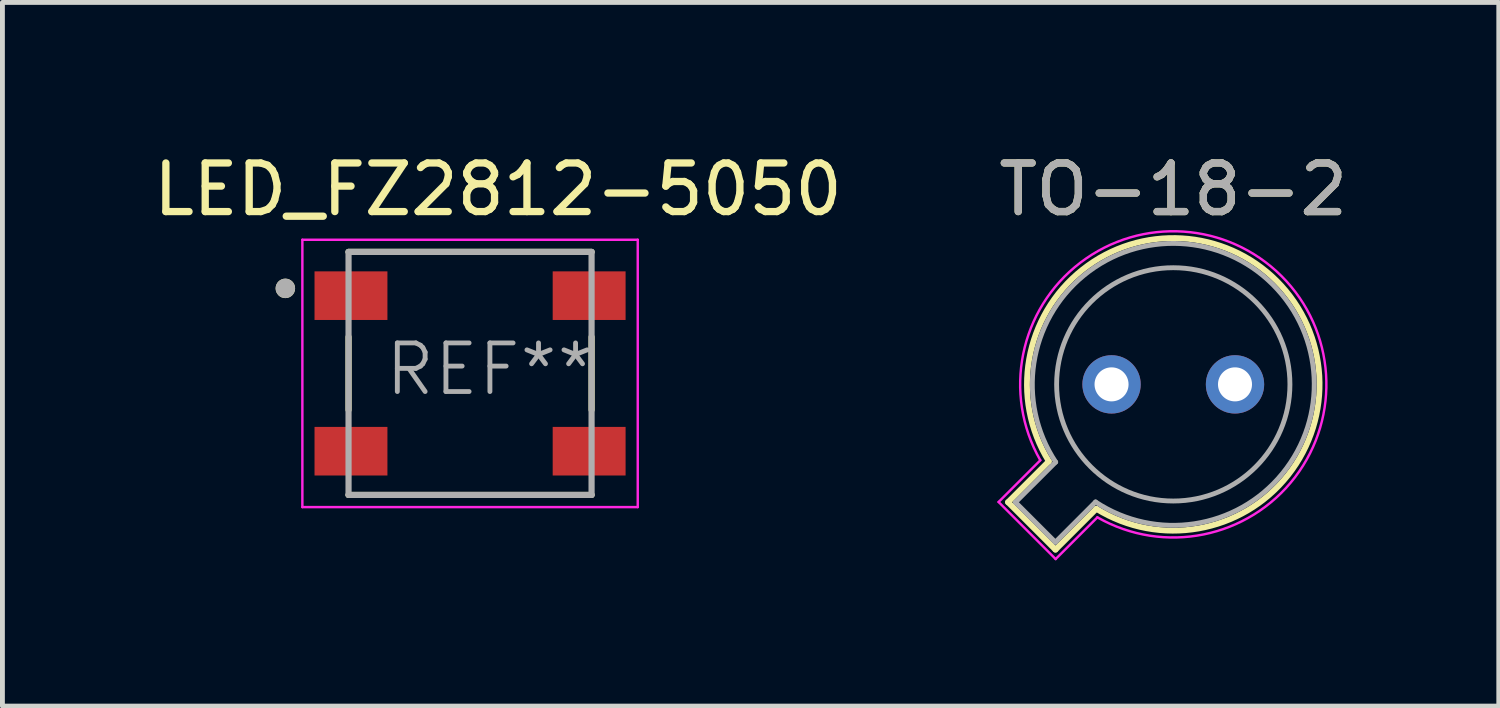
<source format=kicad_pcb>
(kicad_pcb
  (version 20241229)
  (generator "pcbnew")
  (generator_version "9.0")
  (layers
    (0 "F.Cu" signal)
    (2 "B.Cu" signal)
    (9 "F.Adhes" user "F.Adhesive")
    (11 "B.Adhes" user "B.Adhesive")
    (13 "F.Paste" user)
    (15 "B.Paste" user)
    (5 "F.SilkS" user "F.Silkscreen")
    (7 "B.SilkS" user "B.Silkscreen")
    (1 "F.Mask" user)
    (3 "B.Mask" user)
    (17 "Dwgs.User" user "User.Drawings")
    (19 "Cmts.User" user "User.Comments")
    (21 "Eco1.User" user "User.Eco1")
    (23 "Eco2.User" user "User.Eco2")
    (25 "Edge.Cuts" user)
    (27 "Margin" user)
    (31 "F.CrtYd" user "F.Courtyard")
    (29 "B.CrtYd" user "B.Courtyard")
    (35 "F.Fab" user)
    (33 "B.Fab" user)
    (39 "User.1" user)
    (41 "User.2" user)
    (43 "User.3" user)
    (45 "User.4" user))
  (footprint "TO-18-2"
    (layer "F.Cu")
    (at 19.819 4.858)
    (property "Reference" "TO-18-2" (at 1.27 -4.01 0) (layer "F.SilkS") (effects (font (size 1 1) (thickness 0.15))))
    (attr through_hole)
    (fp_line (start -2.13 2.424) (end -1.154 3.4) (stroke (width 0.12) (type solid)) (layer "F.SilkS"))
    (fp_line (start -1.29 1.584) (end -2.13 2.424) (stroke (width 0.12) (type solid)) (layer "F.SilkS"))
    (fp_line (start -1.154 3.4) (end -0.314 2.56) (stroke (width 0.12) (type solid)) (layer "F.SilkS"))
    (fp_arc (start -1.289618 1.583811) (mid 3.398392 -2.128392) (end -0.313811 2.559618) (stroke (width 0.12) (type solid)) (layer "F.SilkS"))
    (fp_line (start -2.324 2.42) (end -1.15 3.594) (stroke (width 0.05) (type solid)) (layer "F.CrtYd"))
    (fp_line (start -1.466 1.562) (end -2.324 2.42) (stroke (width 0.05) (type solid)) (layer "F.CrtYd"))
    (fp_line (start -1.15 3.594) (end -0.292 2.736) (stroke (width 0.05) (type solid)) (layer "F.CrtYd"))
    (fp_arc (start -1.465573 1.561775) (mid 3.497386 -2.227386) (end -0.291775 2.735573) (stroke (width 0.05) (type solid)) (layer "F.CrtYd"))
    (fp_line (start -1.977 2.426) (end -1.156 3.247) (stroke (width 0.1) (type solid)) (layer "F.Fab"))
    (fp_line (start -1.156 3.247) (end -0.329 2.419) (stroke (width 0.1) (type solid)) (layer "F.Fab"))
    (fp_line (start -1.149 1.599) (end -1.977 2.426) (stroke (width 0.1) (type solid)) (layer "F.Fab"))
    (fp_arc (start -1.149301 1.599057) (mid 3.32061 -2.05061) (end -0.329057 2.419301) (stroke (width 0.1) (type solid)) (layer "F.Fab"))
    (fp_circle (center 1.27 0) (end 3.67 0) (stroke (width 0.1) (type solid)) (fill no) (layer "F.Fab"))
    (fp_text user "${REFERENCE}" (at 1.27 -4.01 0) (layer "F.Fab") (effects (font (size 1 1) (thickness 0.15))))
    (pad "1" thru_hole circle (at 2.54 0) (size 1.2 1.2) (drill 0.7) (layers "*.Cu" "*.Mask"))
    (pad "2" thru_hole circle (at 0 0) (size 1.2 1.2) (drill 0.7) (layers "*.Cu" "*.Mask")))
  (footprint "LED_FZ2812-5050"
    (layer "F.Cu")
    (at 6.621 4.633)
    (property "Reference" "LED_FZ2812-5050" (at 0.575 -3.785 0) (layer "F.SilkS") (effects (font (size 1 1) (thickness 0.15))))
    (attr smd)
    (fp_line (start -2.5 -2.5) (end 2.5 -2.5) (stroke (width 0.127) (type solid)) (layer "F.SilkS"))
    (fp_line (start -2.5 0.75) (end -2.5 -0.75) (stroke (width 0.127) (type solid)) (layer "F.SilkS"))
    (fp_line (start -2.5 2.5) (end 2.5 2.5) (stroke (width 0.127) (type solid)) (layer "F.SilkS"))
    (fp_line (start 2.5 -0.75) (end 2.5 0.75) (stroke (width 0.127) (type solid)) (layer "F.SilkS"))
    (fp_circle (center -3.8 -1.75) (end -3.7 -1.75) (stroke (width 0.2) (type solid)) (fill no) (layer "F.SilkS"))
    (fp_line (start -3.45 -2.75) (end 3.45 -2.75) (stroke (width 0.05) (type solid)) (layer "F.CrtYd"))
    (fp_line (start -3.45 2.75) (end -3.45 -2.75) (stroke (width 0.05) (type solid)) (layer "F.CrtYd"))
    (fp_line (start 3.45 -2.75) (end 3.45 2.75) (stroke (width 0.05) (type solid)) (layer "F.CrtYd"))
    (fp_line (start 3.45 2.75) (end -3.45 2.75) (stroke (width 0.05) (type solid)) (layer "F.CrtYd"))
    (fp_line (start -2.5 -2.5) (end 2.5 -2.5) (stroke (width 0.127) (type solid)) (layer "F.Fab"))
    (fp_line (start -2.5 2.5) (end -2.5 -2.5) (stroke (width 0.127) (type solid)) (layer "F.Fab"))
    (fp_line (start 2.5 -2.5) (end 2.5 2.5) (stroke (width 0.127) (type solid)) (layer "F.Fab"))
    (fp_line (start 2.5 2.5) (end -2.5 2.5) (stroke (width 0.127) (type solid)) (layer "F.Fab"))
    (fp_circle (center -3.8 -1.75) (end -3.7 -1.75) (stroke (width 0.2) (type solid)) (fill no) (layer "F.Fab"))
    (fp_text user "REF**" (at -1.8 0.5 0) (unlocked yes) (layer "F.Fab") (effects (font (size 1 1) (thickness 0.1)) (justify left bottom)))
    (pad "1" smd rect (at -2.45 -1.6) (size 1.5 1) (layers "F.Cu" "F.Mask" "F.Paste"))
    (pad "2" smd rect (at -2.45 1.6) (size 1.5 1) (layers "F.Cu" "F.Mask" "F.Paste"))
    (pad "3" smd rect (at 2.45 1.6) (size 1.5 1) (layers "F.Cu" "F.Mask" "F.Paste"))
    (pad "4" smd rect (at 2.45 -1.6) (size 1.5 1) (layers "F.Cu" "F.Mask" "F.Paste")))
  (gr_rect
    (start -3 -3)
    (end 27.786 11.477)
    (stroke (width 0.1) (type default))
    (fill no)
    (layer "Edge.Cuts")))
</source>
